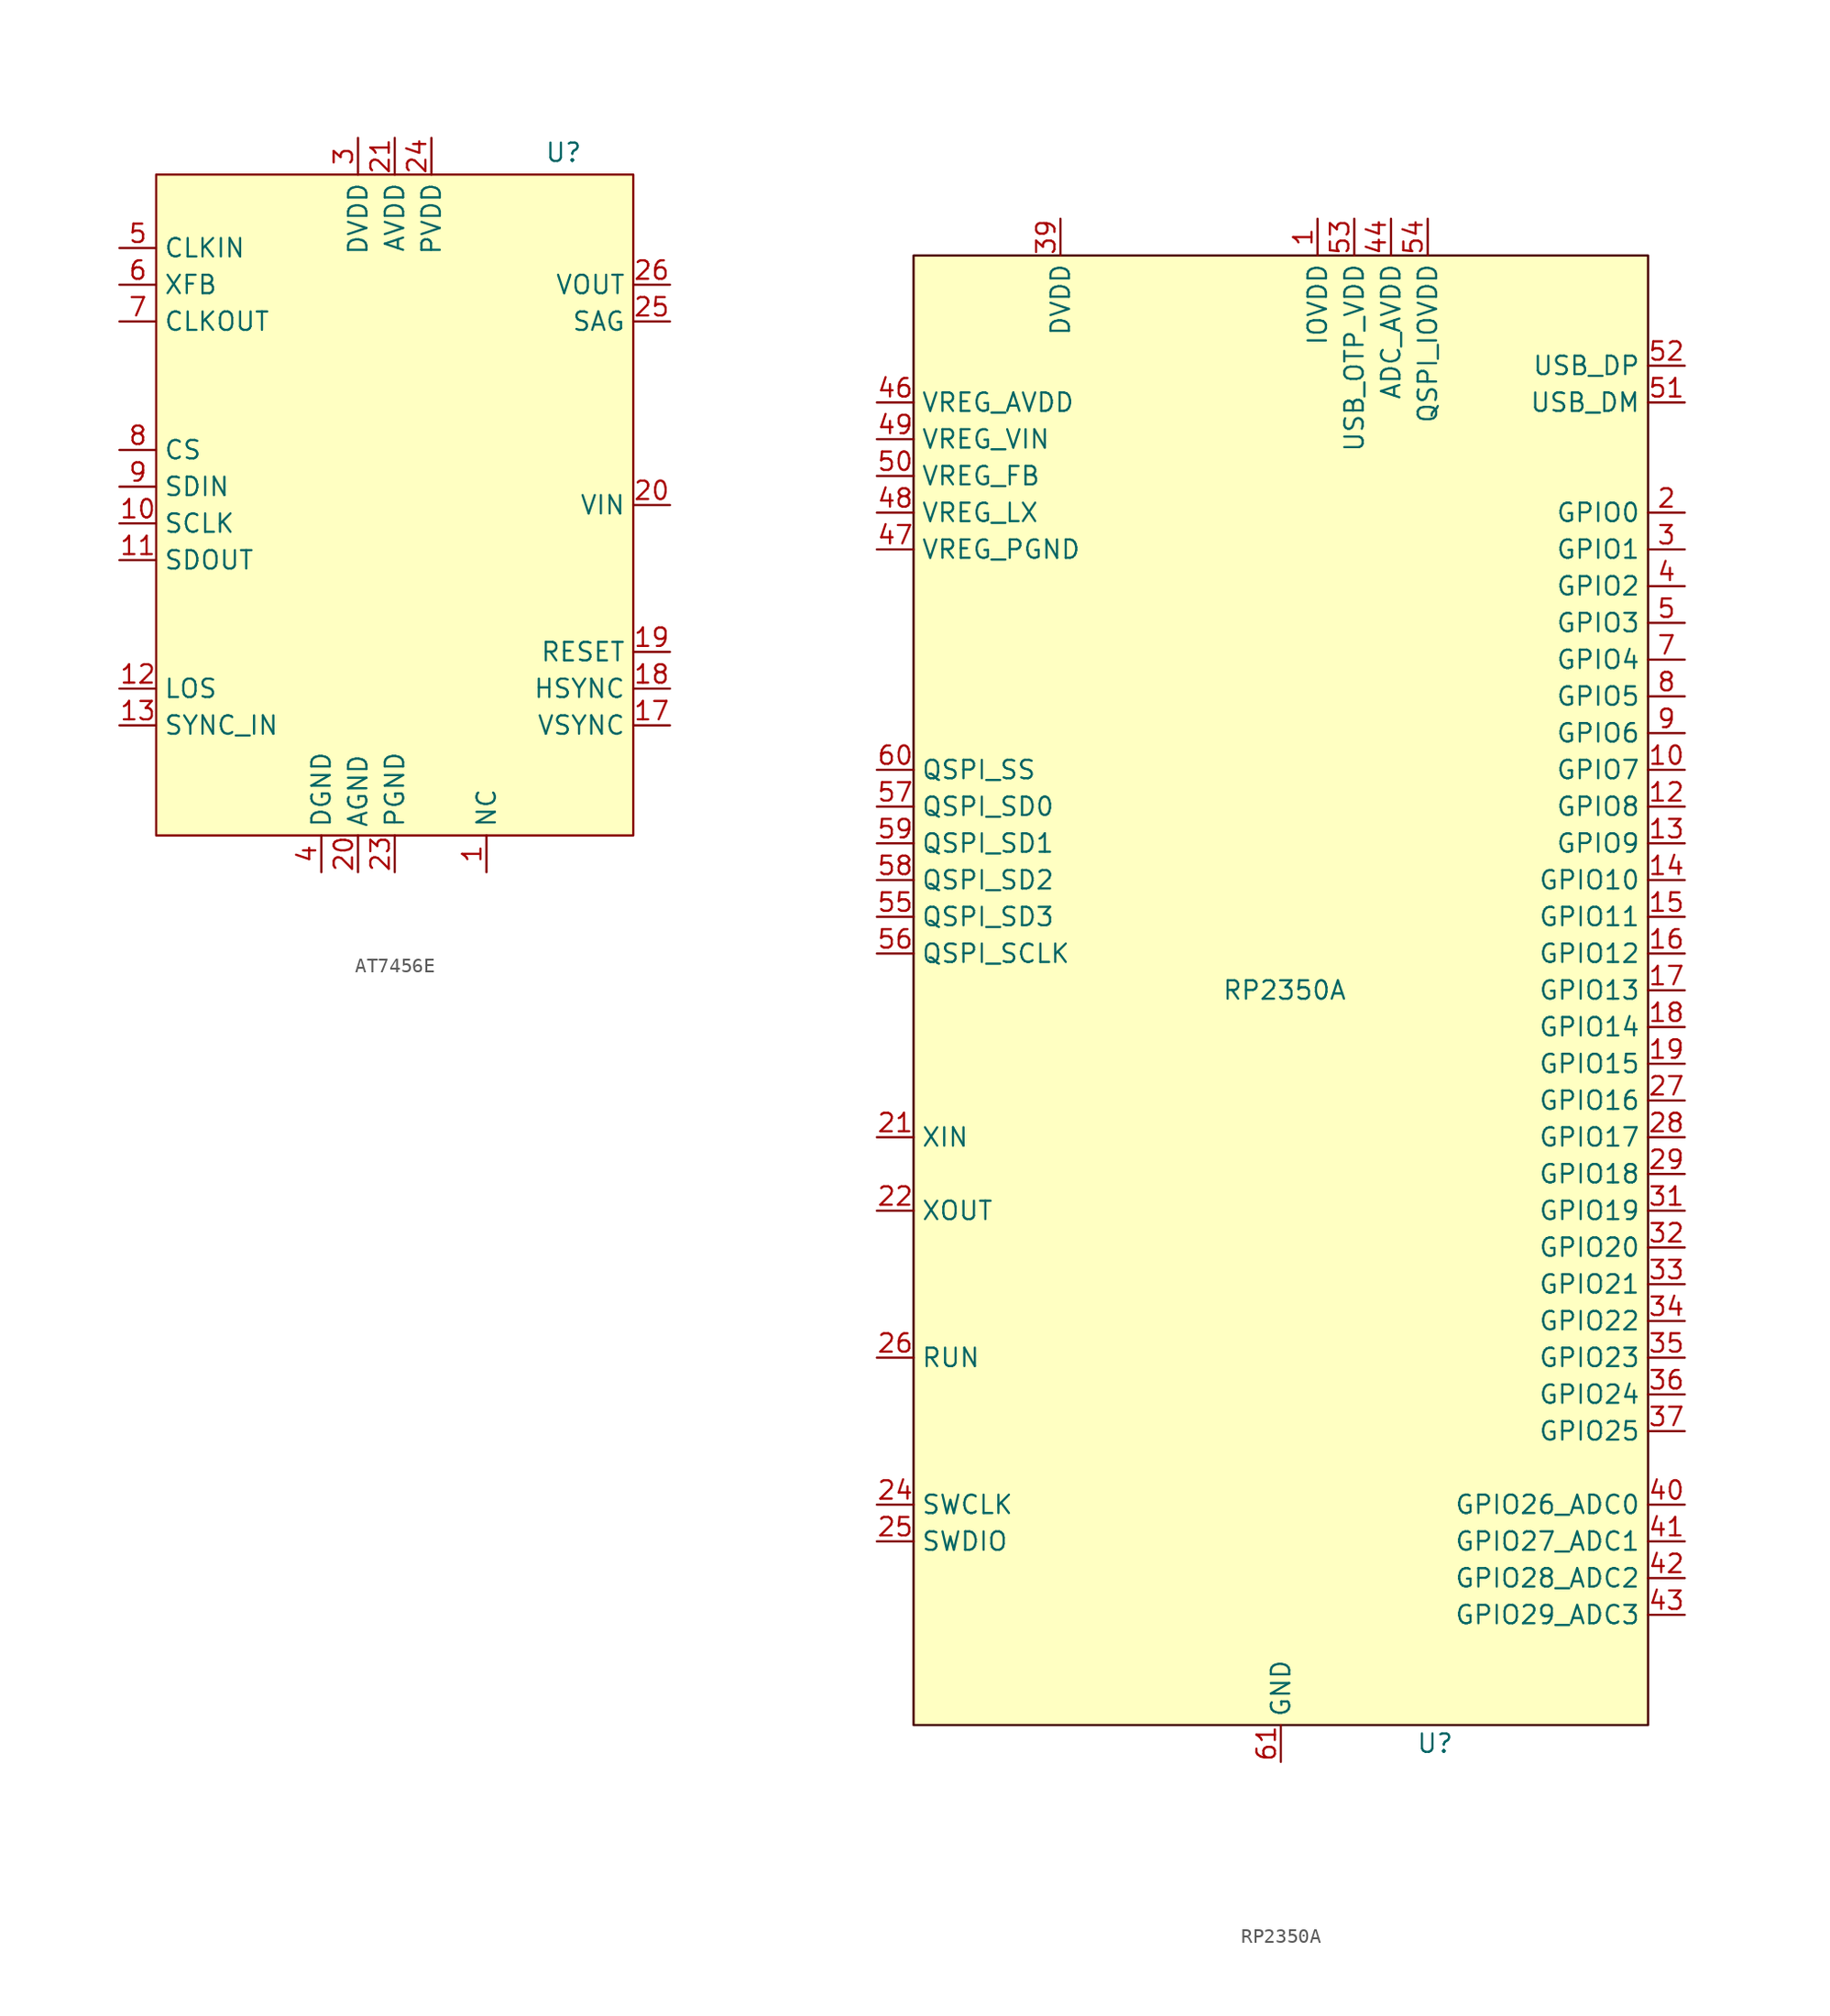
<source format=kicad_sym>
(kicad_symbol_lib
  (version 20231120)
  (generator "kicad_symbol_editor")
  (generator_version "8.0")
  (symbol "AT7456E"
    (property "Reference" "U"
      (at 11.684 24.384 0)
      (effects (font (size 1.27 1.27))))
    (property "Value" ""
      (at 0 0 0)
      (effects (font (size 1.27 1.27))))
    (symbol "AT7456E_1_1"
      (rectangle (start -16.51 22.86) (end 16.51 -22.86) (stroke (width 0) (type default)) (fill (type background)))
      (pin passive line (at 6.35 -25.4 90) (length 2.54) (name "NC" (effects (font (size 1.27 1.27)))) (number "1" (effects (font (size 1.27 1.27)))))
      (pin input line (at -19.05 -1.27 0) (length 2.54) (name "SCLK" (effects (font (size 1.27 1.27)))) (number "10" (effects (font (size 1.27 1.27)))))
      (pin output line (at -19.05 -3.81 0) (length 2.54) (name "SDOUT" (effects (font (size 1.27 1.27)))) (number "11" (effects (font (size 1.27 1.27)))))
      (pin output line (at -19.05 -12.7 0) (length 2.54) (name "LOS" (effects (font (size 1.27 1.27)))) (number "12" (effects (font (size 1.27 1.27)))))
      (pin input line (at -19.05 -15.24 0) (length 2.54) (name "SYNC_IN" (effects (font (size 1.27 1.27)))) (number "13" (effects (font (size 1.27 1.27)))))
      (pin passive line (at 6.35 -25.4 90) (length 2.54) hide (name "NC" (effects (font (size 1.27 1.27)))) (number "14" (effects (font (size 1.27 1.27)))))
      (pin passive line (at 6.35 -25.4 90) (length 2.54) hide (name "NC" (effects (font (size 1.27 1.27)))) (number "15" (effects (font (size 1.27 1.27)))))
      (pin passive line (at 6.35 -25.4 90) (length 2.54) hide (name "NC" (effects (font (size 1.27 1.27)))) (number "16" (effects (font (size 1.27 1.27)))))
      (pin output line (at 19.05 -15.24 180) (length 2.54) (name "VSYNC" (effects (font (size 1.27 1.27)))) (number "17" (effects (font (size 1.27 1.27)))))
      (pin output line (at 19.05 -12.7 180) (length 2.54) (name "HSYNC" (effects (font (size 1.27 1.27)))) (number "18" (effects (font (size 1.27 1.27)))))
      (pin input line (at 19.05 -10.16 180) (length 2.54) (name "RESET" (effects (font (size 1.27 1.27)))) (number "19" (effects (font (size 1.27 1.27)))))
      (pin passive line (at 6.35 -25.4 90) (length 2.54) hide (name "NC" (effects (font (size 1.27 1.27)))) (number "2" (effects (font (size 1.27 1.27)))))
      (pin power_in line (at -2.54 -25.4 90) (length 2.54) (name "AGND" (effects (font (size 1.27 1.27)))) (number "20" (effects (font (size 1.27 1.27)))))
      (pin input line (at 19.05 0 180) (length 2.54) (name "VIN" (effects (font (size 1.27 1.27)))) (number "20" (effects (font (size 1.27 1.27)))))
      (pin power_in line (at 0 25.4 270) (length 2.54) (name "AVDD" (effects (font (size 1.27 1.27)))) (number "21" (effects (font (size 1.27 1.27)))))
      (pin power_in line (at 0 -25.4 90) (length 2.54) (name "PGND" (effects (font (size 1.27 1.27)))) (number "23" (effects (font (size 1.27 1.27)))))
      (pin power_in line (at 2.54 25.4 270) (length 2.54) (name "PVDD" (effects (font (size 1.27 1.27)))) (number "24" (effects (font (size 1.27 1.27)))))
      (pin output line (at 19.05 12.7 180) (length 2.54) (name "SAG" (effects (font (size 1.27 1.27)))) (number "25" (effects (font (size 1.27 1.27)))))
      (pin passive line (at 6.35 -25.4 90) (length 2.54) hide (name "NC" (effects (font (size 1.27 1.27)))) (number "26" (effects (font (size 1.27 1.27)))))
      (pin output line (at 19.05 15.24 180) (length 2.54) (name "VOUT" (effects (font (size 1.27 1.27)))) (number "26" (effects (font (size 1.27 1.27)))))
      (pin passive line (at 6.35 -25.4 90) (length 2.54) hide (name "NC" (effects (font (size 1.27 1.27)))) (number "27" (effects (font (size 1.27 1.27)))))
      (pin power_in line (at -2.54 25.4 270) (length 2.54) (name "DVDD" (effects (font (size 1.27 1.27)))) (number "3" (effects (font (size 1.27 1.27)))))
      (pin power_in line (at -5.08 -25.4 90) (length 2.54) (name "DGND" (effects (font (size 1.27 1.27)))) (number "4" (effects (font (size 1.27 1.27)))))
      (pin input line (at -19.05 17.78 0) (length 2.54) (name "CLKIN" (effects (font (size 1.27 1.27)))) (number "5" (effects (font (size 1.27 1.27)))))
      (pin output line (at -19.05 15.24 0) (length 2.54) (name "XFB" (effects (font (size 1.27 1.27)))) (number "6" (effects (font (size 1.27 1.27)))))
      (pin output line (at -19.05 12.7 0) (length 2.54) (name "CLKOUT" (effects (font (size 1.27 1.27)))) (number "7" (effects (font (size 1.27 1.27)))))
      (pin input line (at -19.05 3.81 0) (length 2.54) (name "CS" (effects (font (size 1.27 1.27)))) (number "8" (effects (font (size 1.27 1.27)))))
      (pin input line (at -19.05 1.27 0) (length 2.54) (name "SDIN" (effects (font (size 1.27 1.27)))) (number "9" (effects (font (size 1.27 1.27)))))))
  (symbol "RP2350A"
    (property "Reference" "U"
      (at 10.668 -52.07 0)
      (effects (font (size 1.27 1.27))))
    (property "Value" "RP2350A"
      (at 0.254 0 0)
      (effects (font (size 1.27 1.27))))
    (symbol "RP2350A_1_1"
      (rectangle (start -25.4 50.8) (end 25.4 -50.8) (stroke (width 0) (type default) (color 72 0 0 1)) (fill (type background)))
      (pin power_in line (at 2.54 53.34 270) (length 2.54) (name "IOVDD" (effects (font (size 1.27 1.27)))) (number "1" (effects (font (size 1.27 1.27)))))
      (pin bidirectional line (at 27.94 15.24 180) (length 2.54) (name "GPIO7" (effects (font (size 1.27 1.27)))) (number "10" (effects (font (size 1.27 1.27)))))
      (pin power_in line (at 2.54 53.34 270) (length 2.54) hide (name "IOVDD" (effects (font (size 1.27 1.27)))) (number "11" (effects (font (size 1.27 1.27)))))
      (pin bidirectional line (at 27.94 12.7 180) (length 2.54) (name "GPIO8" (effects (font (size 1.27 1.27)))) (number "12" (effects (font (size 1.27 1.27)))))
      (pin bidirectional line (at 27.94 10.16 180) (length 2.54) (name "GPIO9" (effects (font (size 1.27 1.27)))) (number "13" (effects (font (size 1.27 1.27)))))
      (pin bidirectional line (at 27.94 7.62 180) (length 2.54) (name "GPIO10" (effects (font (size 1.27 1.27)))) (number "14" (effects (font (size 1.27 1.27)))))
      (pin bidirectional line (at 27.94 5.08 180) (length 2.54) (name "GPIO11" (effects (font (size 1.27 1.27)))) (number "15" (effects (font (size 1.27 1.27)))))
      (pin bidirectional line (at 27.94 2.54 180) (length 2.54) (name "GPIO12" (effects (font (size 1.27 1.27)))) (number "16" (effects (font (size 1.27 1.27)))))
      (pin bidirectional line (at 27.94 0 180) (length 2.54) (name "GPIO13" (effects (font (size 1.27 1.27)))) (number "17" (effects (font (size 1.27 1.27)))))
      (pin bidirectional line (at 27.94 -2.54 180) (length 2.54) (name "GPIO14" (effects (font (size 1.27 1.27)))) (number "18" (effects (font (size 1.27 1.27)))))
      (pin bidirectional line (at 27.94 -5.08 180) (length 2.54) (name "GPIO15" (effects (font (size 1.27 1.27)))) (number "19" (effects (font (size 1.27 1.27)))))
      (pin bidirectional line (at 27.94 33.02 180) (length 2.54) (name "GPIO0" (effects (font (size 1.27 1.27)))) (number "2" (effects (font (size 1.27 1.27)))))
      (pin power_in line (at 2.54 53.34 270) (length 2.54) hide (name "IOVDD" (effects (font (size 1.27 1.27)))) (number "20" (effects (font (size 1.27 1.27)))))
      (pin input line (at -27.94 -10.16 0) (length 2.54) (name "XIN" (effects (font (size 1.27 1.27)))) (number "21" (effects (font (size 1.27 1.27)))))
      (pin output line (at -27.94 -15.24 0) (length 2.54) (name "XOUT" (effects (font (size 1.27 1.27)))) (number "22" (effects (font (size 1.27 1.27)))))
      (pin power_in line (at -15.24 53.34 270) (length 2.54) hide (name "DVDD" (effects (font (size 1.27 1.27)))) (number "23" (effects (font (size 1.27 1.27)))))
      (pin output line (at -27.94 -35.56 0) (length 2.54) (name "SWCLK" (effects (font (size 1.27 1.27)))) (number "24" (effects (font (size 1.27 1.27)))))
      (pin bidirectional line (at -27.94 -38.1 0) (length 2.54) (name "SWDIO" (effects (font (size 1.27 1.27)))) (number "25" (effects (font (size 1.27 1.27)))))
      (pin input line (at -27.94 -25.4 0) (length 2.54) (name "RUN" (effects (font (size 1.27 1.27)))) (number "26" (effects (font (size 1.27 1.27)))))
      (pin bidirectional line (at 27.94 -7.62 180) (length 2.54) (name "GPIO16" (effects (font (size 1.27 1.27)))) (number "27" (effects (font (size 1.27 1.27)))))
      (pin bidirectional line (at 27.94 -10.16 180) (length 2.54) (name "GPIO17" (effects (font (size 1.27 1.27)))) (number "28" (effects (font (size 1.27 1.27)))))
      (pin bidirectional line (at 27.94 -12.7 180) (length 2.54) (name "GPIO18" (effects (font (size 1.27 1.27)))) (number "29" (effects (font (size 1.27 1.27)))))
      (pin bidirectional line (at 27.94 30.48 180) (length 2.54) (name "GPIO1" (effects (font (size 1.27 1.27)))) (number "3" (effects (font (size 1.27 1.27)))))
      (pin power_in line (at 2.54 53.34 270) (length 2.54) hide (name "IOVDD" (effects (font (size 1.27 1.27)))) (number "30" (effects (font (size 1.27 1.27)))))
      (pin bidirectional line (at 27.94 -15.24 180) (length 2.54) (name "GPIO19" (effects (font (size 1.27 1.27)))) (number "31" (effects (font (size 1.27 1.27)))))
      (pin bidirectional line (at 27.94 -17.78 180) (length 2.54) (name "GPIO20" (effects (font (size 1.27 1.27)))) (number "32" (effects (font (size 1.27 1.27)))))
      (pin bidirectional line (at 27.94 -20.32 180) (length 2.54) (name "GPIO21" (effects (font (size 1.27 1.27)))) (number "33" (effects (font (size 1.27 1.27)))))
      (pin bidirectional line (at 27.94 -22.86 180) (length 2.54) (name "GPIO22" (effects (font (size 1.27 1.27)))) (number "34" (effects (font (size 1.27 1.27)))))
      (pin bidirectional line (at 27.94 -25.4 180) (length 2.54) (name "GPIO23" (effects (font (size 1.27 1.27)))) (number "35" (effects (font (size 1.27 1.27)))))
      (pin bidirectional line (at 27.94 -27.94 180) (length 2.54) (name "GPIO24" (effects (font (size 1.27 1.27)))) (number "36" (effects (font (size 1.27 1.27)))))
      (pin bidirectional line (at 27.94 -30.48 180) (length 2.54) (name "GPIO25" (effects (font (size 1.27 1.27)))) (number "37" (effects (font (size 1.27 1.27)))))
      (pin power_in line (at 2.54 53.34 270) (length 2.54) hide (name "IOVDD" (effects (font (size 1.27 1.27)))) (number "38" (effects (font (size 1.27 1.27)))))
      (pin power_in line (at -15.24 53.34 270) (length 2.54) (name "DVDD" (effects (font (size 1.27 1.27)))) (number "39" (effects (font (size 1.27 1.27)))))
      (pin bidirectional line (at 27.94 27.94 180) (length 2.54) (name "GPIO2" (effects (font (size 1.27 1.27)))) (number "4" (effects (font (size 1.27 1.27)))))
      (pin bidirectional line (at 27.94 -35.56 180) (length 2.54) (name "GPIO26_ADC0" (effects (font (size 1.27 1.27)))) (number "40" (effects (font (size 1.27 1.27)))))
      (pin bidirectional line (at 27.94 -38.1 180) (length 2.54) (name "GPIO27_ADC1" (effects (font (size 1.27 1.27)))) (number "41" (effects (font (size 1.27 1.27)))))
      (pin bidirectional line (at 27.94 -40.64 180) (length 2.54) (name "GPIO28_ADC2" (effects (font (size 1.27 1.27)))) (number "42" (effects (font (size 1.27 1.27)))))
      (pin bidirectional line (at 27.94 -43.18 180) (length 2.54) (name "GPIO29_ADC3" (effects (font (size 1.27 1.27)))) (number "43" (effects (font (size 1.27 1.27)))))
      (pin power_in line (at 7.62 53.34 270) (length 2.54) (name "ADC_AVDD" (effects (font (size 1.27 1.27)))) (number "44" (effects (font (size 1.27 1.27)))))
      (pin power_in line (at 2.54 53.34 270) (length 2.54) hide (name "IOVDD" (effects (font (size 1.27 1.27)))) (number "45" (effects (font (size 1.27 1.27)))))
      (pin power_in line (at -27.94 40.64 0) (length 2.54) (name "VREG_AVDD" (effects (font (size 1.27 1.27)))) (number "46" (effects (font (size 1.27 1.27)))))
      (pin power_in line (at -27.94 30.48 0) (length 2.54) (name "VREG_PGND" (effects (font (size 1.27 1.27)))) (number "47" (effects (font (size 1.27 1.27)))))
      (pin power_out line (at -27.94 33.02 0) (length 2.54) (name "VREG_LX" (effects (font (size 1.27 1.27)))) (number "48" (effects (font (size 1.27 1.27)))))
      (pin power_in line (at -27.94 38.1 0) (length 2.54) (name "VREG_VIN" (effects (font (size 1.27 1.27)))) (number "49" (effects (font (size 1.27 1.27)))))
      (pin bidirectional line (at 27.94 25.4 180) (length 2.54) (name "GPIO3" (effects (font (size 1.27 1.27)))) (number "5" (effects (font (size 1.27 1.27)))))
      (pin input line (at -27.94 35.56 0) (length 2.54) (name "VREG_FB" (effects (font (size 1.27 1.27)))) (number "50" (effects (font (size 1.27 1.27)))))
      (pin bidirectional line (at 27.94 40.64 180) (length 2.54) (name "USB_DM" (effects (font (size 1.27 1.27)))) (number "51" (effects (font (size 1.27 1.27)))))
      (pin bidirectional line (at 27.94 43.18 180) (length 2.54) (name "USB_DP" (effects (font (size 1.27 1.27)))) (number "52" (effects (font (size 1.27 1.27)))))
      (pin power_in line (at 5.08 53.34 270) (length 2.54) (name "USB_OTP_VDD" (effects (font (size 1.27 1.27)))) (number "53" (effects (font (size 1.27 1.27)))))
      (pin power_in line (at 10.16 53.34 270) (length 2.54) (name "QSPI_IOVDD" (effects (font (size 1.27 1.27)))) (number "54" (effects (font (size 1.27 1.27)))))
      (pin bidirectional line (at -27.94 5.08 0) (length 2.54) (name "QSPI_SD3" (effects (font (size 1.27 1.27)))) (number "55" (effects (font (size 1.27 1.27)))))
      (pin bidirectional line (at -27.94 2.54 0) (length 2.54) (name "QSPI_SCLK" (effects (font (size 1.27 1.27)))) (number "56" (effects (font (size 1.27 1.27)))))
      (pin bidirectional line (at -27.94 12.7 0) (length 2.54) (name "QSPI_SD0" (effects (font (size 1.27 1.27)))) (number "57" (effects (font (size 1.27 1.27)))))
      (pin bidirectional line (at -27.94 7.62 0) (length 2.54) (name "QSPI_SD2" (effects (font (size 1.27 1.27)))) (number "58" (effects (font (size 1.27 1.27)))))
      (pin bidirectional line (at -27.94 10.16 0) (length 2.54) (name "QSPI_SD1" (effects (font (size 1.27 1.27)))) (number "59" (effects (font (size 1.27 1.27)))))
      (pin power_in line (at -15.24 53.34 270) (length 2.54) hide (name "DVDD" (effects (font (size 1.27 1.27)))) (number "6" (effects (font (size 1.27 1.27)))))
      (pin bidirectional line (at -27.94 15.24 0) (length 2.54) (name "QSPI_SS" (effects (font (size 1.27 1.27)))) (number "60" (effects (font (size 1.27 1.27)))))
      (pin power_in line (at 0 -53.34 90) (length 2.54) (name "GND" (effects (font (size 1.27 1.27)))) (number "61" (effects (font (size 1.27 1.27)))))
      (pin bidirectional line (at 27.94 22.86 180) (length 2.54) (name "GPIO4" (effects (font (size 1.27 1.27)))) (number "7" (effects (font (size 1.27 1.27)))))
      (pin bidirectional line (at 27.94 20.32 180) (length 2.54) (name "GPIO5" (effects (font (size 1.27 1.27)))) (number "8" (effects (font (size 1.27 1.27)))))
      (pin bidirectional line (at 27.94 17.78 180) (length 2.54) (name "GPIO6" (effects (font (size 1.27 1.27)))) (number "9" (effects (font (size 1.27 1.27))))))))
</source>
